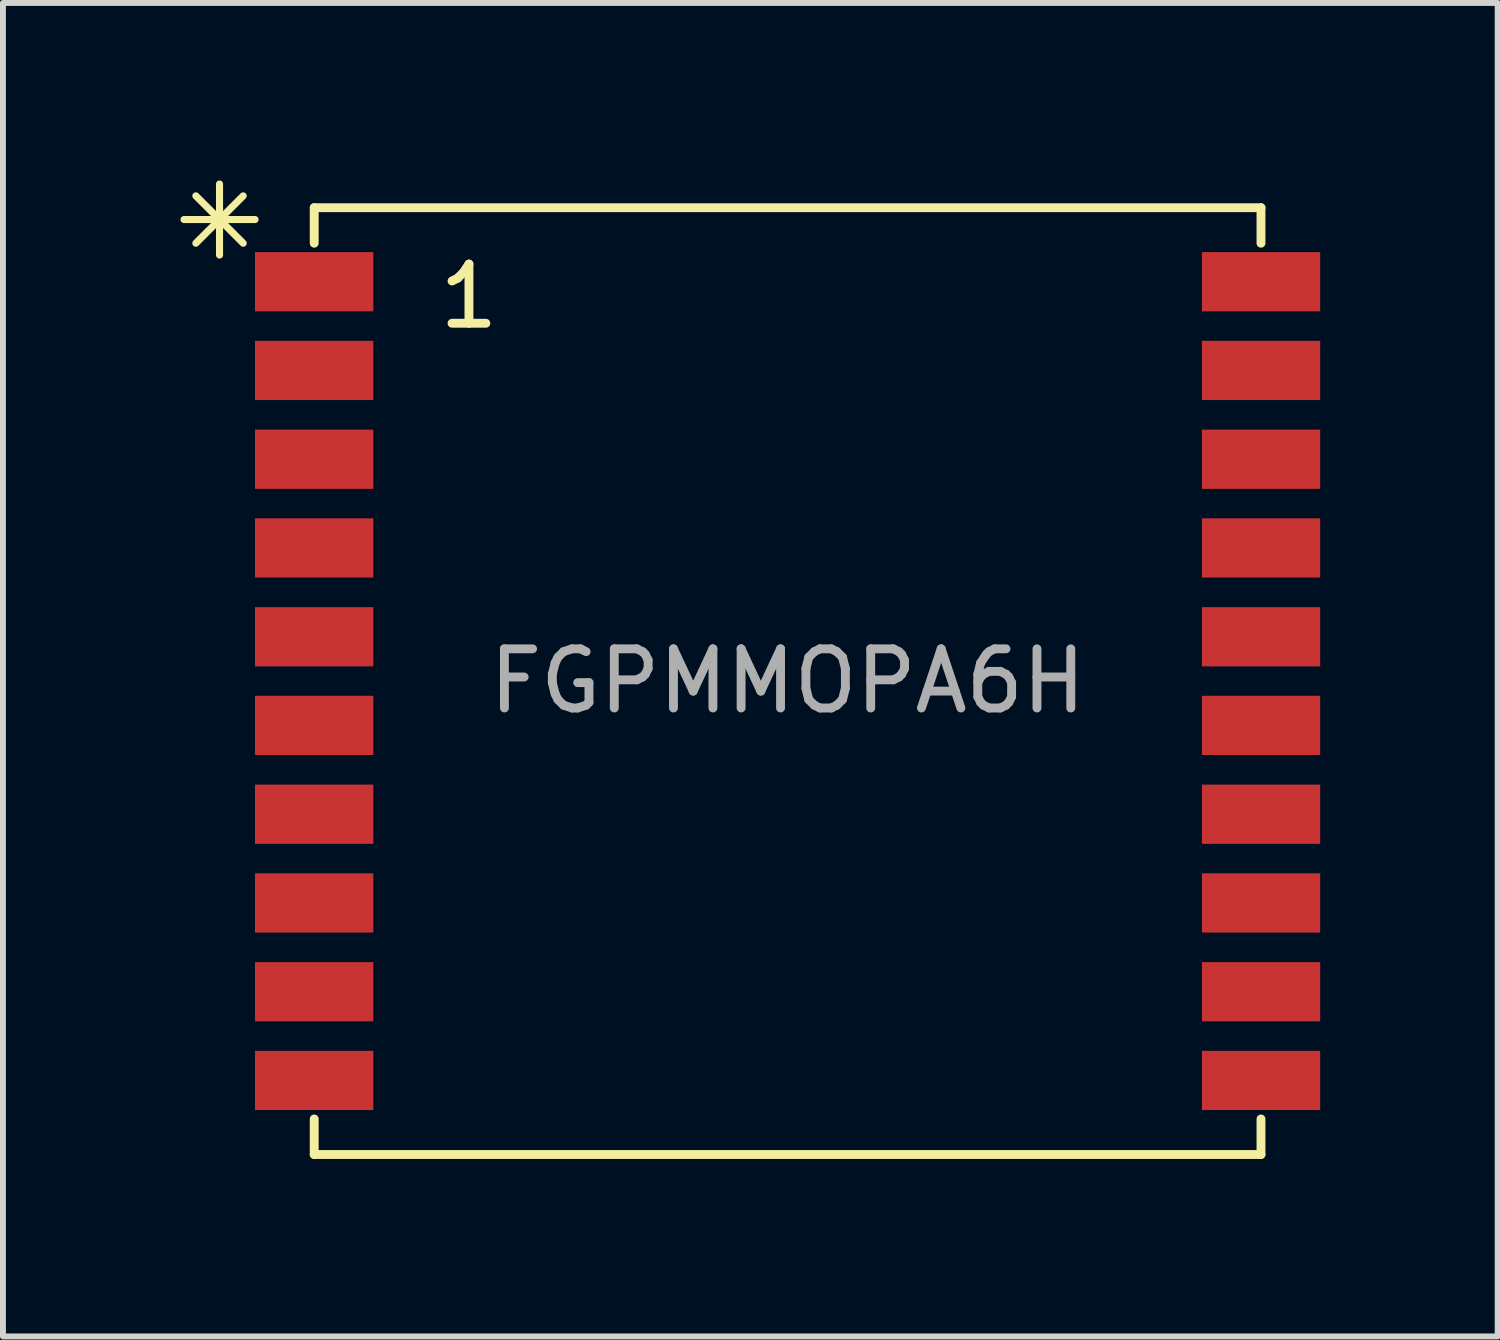
<source format=kicad_pcb>
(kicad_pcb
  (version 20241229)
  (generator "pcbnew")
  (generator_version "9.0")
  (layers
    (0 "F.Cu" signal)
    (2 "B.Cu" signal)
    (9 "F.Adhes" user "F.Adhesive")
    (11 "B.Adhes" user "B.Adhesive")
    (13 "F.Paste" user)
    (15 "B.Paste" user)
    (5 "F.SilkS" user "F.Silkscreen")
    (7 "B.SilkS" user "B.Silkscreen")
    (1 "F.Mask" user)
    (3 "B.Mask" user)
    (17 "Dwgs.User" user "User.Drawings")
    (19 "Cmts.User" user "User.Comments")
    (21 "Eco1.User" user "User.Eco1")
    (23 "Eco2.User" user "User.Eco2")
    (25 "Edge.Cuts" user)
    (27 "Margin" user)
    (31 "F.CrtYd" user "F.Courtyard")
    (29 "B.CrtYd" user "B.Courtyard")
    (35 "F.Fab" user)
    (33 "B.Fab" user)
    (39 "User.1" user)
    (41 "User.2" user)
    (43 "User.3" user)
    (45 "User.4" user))
  (footprint "FGPMMOPA6H"
    (layer "F.Cu")
    (at 10.26 8.46)
    (property "Reference" "FGPMMOPA6H" (at 0 0 0) (layer "F.Fab") (effects (font (size 1 1) (thickness 0.15))))
    (attr through_hole)
    (fp_line (start -10.2 -7.8) (end -9 -7.8) (stroke (width 0.12) (type solid)) (layer "F.SilkS"))
    (fp_line (start -10 -8.2) (end -9.2 -7.4) (stroke (width 0.12) (type solid)) (layer "F.SilkS"))
    (fp_line (start -10 -7.4) (end -9.2 -8.2) (stroke (width 0.12) (type solid)) (layer "F.SilkS"))
    (fp_line (start -9.6 -8.4) (end -9.6 -7.2) (stroke (width 0.12) (type solid)) (layer "F.SilkS"))
    (fp_line (start -8 -8) (end -8 -7.4) (stroke (width 0.15) (type solid)) (layer "F.SilkS"))
    (fp_line (start -8 -8) (end 8 -8) (stroke (width 0.15) (type solid)) (layer "F.SilkS"))
    (fp_line (start -8 8) (end -8 7.4) (stroke (width 0.15) (type solid)) (layer "F.SilkS"))
    (fp_line (start 8 -8) (end 8 -7.4) (stroke (width 0.15) (type solid)) (layer "F.SilkS"))
    (fp_line (start 8 8) (end -8 8) (stroke (width 0.15) (type solid)) (layer "F.SilkS"))
    (fp_line (start 8 8) (end 8 7.4) (stroke (width 0.15) (type solid)) (layer "F.SilkS"))
    (fp_text user "1" (at -5.385 -6.502 0) (layer "F.SilkS") (effects (font (size 1 1) (thickness 0.15))))
    (pad "1" smd rect (at -8.001 -6.749) (size 1.999 1.001) (layers "F.Cu" "F.Mask" "F.Paste"))
    (pad "2" smd rect (at -8.001 -5.25) (size 1.999 1.001) (layers "F.Cu" "F.Mask" "F.Paste"))
    (pad "3" smd rect (at -8.001 -3.749) (size 1.999 1.001) (layers "F.Cu" "F.Mask" "F.Paste"))
    (pad "4" smd rect (at -8.001 -2.25) (size 1.999 1.001) (layers "F.Cu" "F.Mask" "F.Paste"))
    (pad "5" smd rect (at -8.001 -0.749) (size 1.999 1.001) (layers "F.Cu" "F.Mask" "F.Paste"))
    (pad "6" smd rect (at -8.001 0.749) (size 1.999 1.001) (layers "F.Cu" "F.Mask" "F.Paste"))
    (pad "7" smd rect (at -8.001 2.25) (size 1.999 1.001) (layers "F.Cu" "F.Mask" "F.Paste"))
    (pad "8" smd rect (at -8.001 3.749) (size 1.999 1.001) (layers "F.Cu" "F.Mask" "F.Paste"))
    (pad "9" smd rect (at -8.001 5.25) (size 1.999 1.001) (layers "F.Cu" "F.Mask" "F.Paste"))
    (pad "10" smd rect (at -8.001 6.749) (size 1.999 1.001) (layers "F.Cu" "F.Mask" "F.Paste"))
    (pad "11" smd rect (at 8.001 6.749) (size 1.999 1.001) (layers "F.Cu" "F.Mask" "F.Paste"))
    (pad "12" smd rect (at 8.001 5.25) (size 1.999 1.001) (layers "F.Cu" "F.Mask" "F.Paste"))
    (pad "13" smd rect (at 8.001 3.749) (size 1.999 1.001) (layers "F.Cu" "F.Mask" "F.Paste"))
    (pad "14" smd rect (at 8.001 2.25) (size 1.999 1.001) (layers "F.Cu" "F.Mask" "F.Paste"))
    (pad "15" smd rect (at 8.001 0.749) (size 1.999 1.001) (layers "F.Cu" "F.Mask" "F.Paste"))
    (pad "16" smd rect (at 8.001 -0.749) (size 1.999 1.001) (layers "F.Cu" "F.Mask" "F.Paste"))
    (pad "17" smd rect (at 8.001 -2.25) (size 1.999 1.001) (layers "F.Cu" "F.Mask" "F.Paste"))
    (pad "18" smd rect (at 8.001 -3.749) (size 1.999 1.001) (layers "F.Cu" "F.Mask" "F.Paste"))
    (pad "19" smd rect (at 8.001 -5.25) (size 1.999 1.001) (layers "F.Cu" "F.Mask" "F.Paste"))
    (pad "20" smd rect (at 8.001 -6.749) (size 1.999 1.001) (layers "F.Cu" "F.Mask" "F.Paste")))
  (gr_rect
    (start -3 -3)
    (end 22.26 19.535)
    (stroke (width 0.1) (type default))
    (fill no)
    (layer "Edge.Cuts")))
</source>
